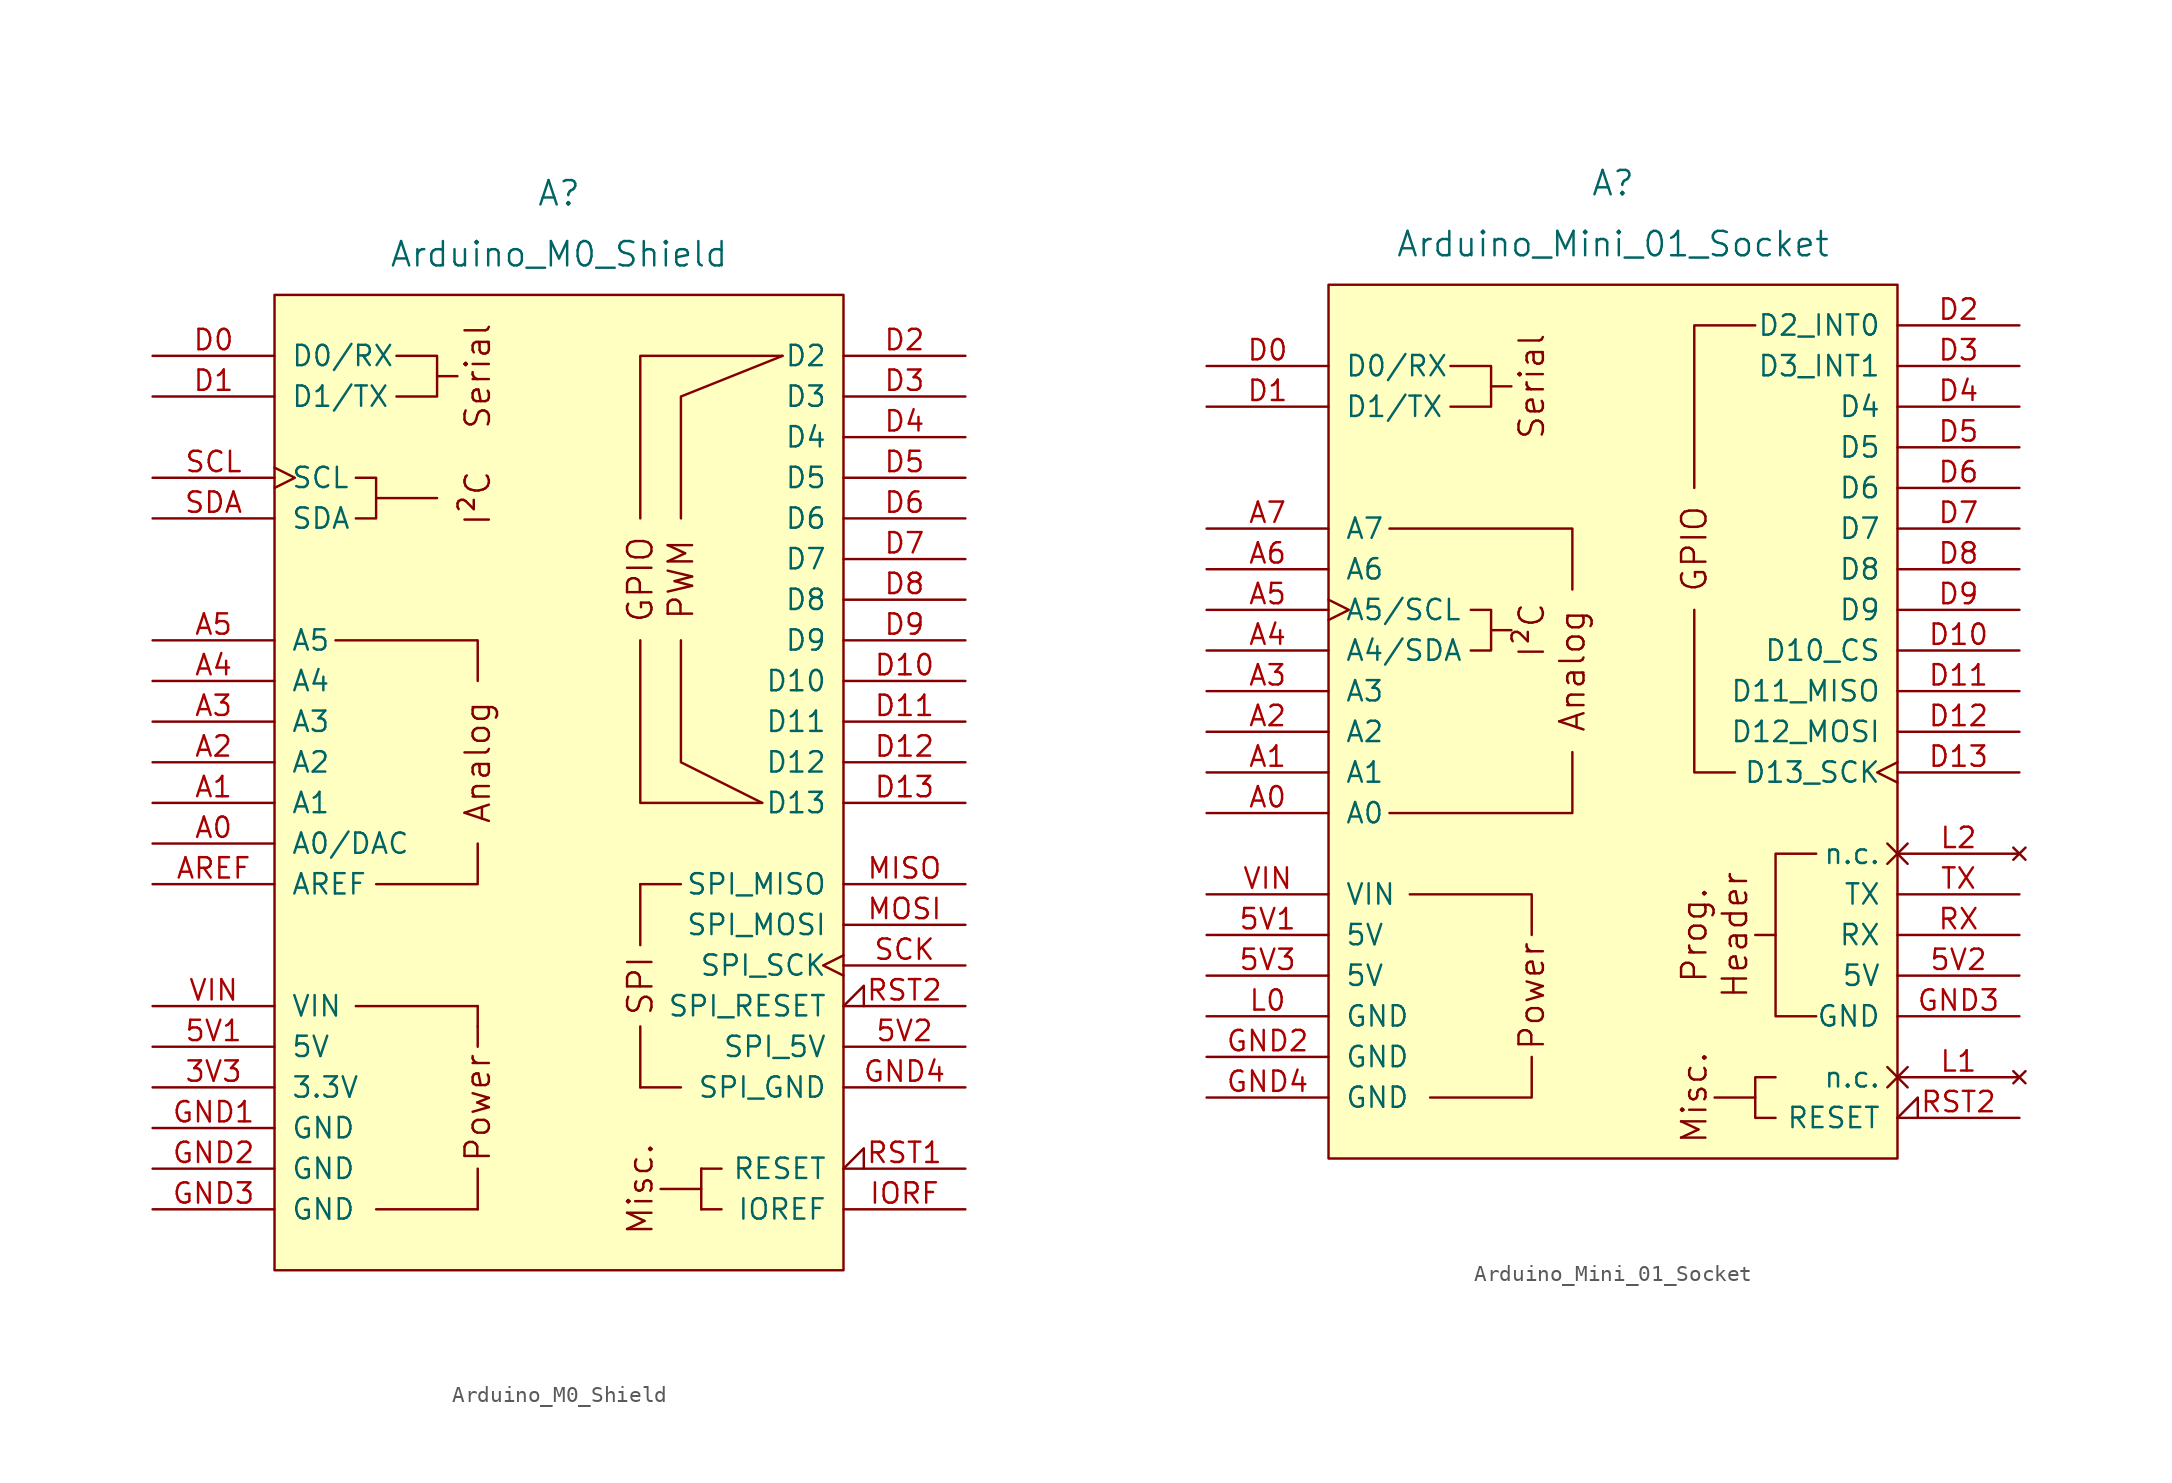
<source format=kicad_sym>
(kicad_symbol_lib
  (version 20241209)
  (generator "kicad_symbol_editor")
  (generator_version "9.0")
  (symbol "Arduino_M0_Shield"
    (pin_names
      (offset 1.016))
    (property "Reference" "A"
      (at 0 36.83 0)
      (effects (font (size 1.524 1.524))))
    (property "Value" "Arduino_M0_Shield"
      (at 0 33.02 0)
      (effects (font (size 1.524 1.524))))
    (symbol "Arduino_M0_Shield_0_0"
      (rectangle (start -17.78 30.48) (end 17.78 -30.48) (stroke (width 0) (type default)) (fill (type background)))
      (polyline (pts (xy -12.7 19.05) (xy -11.43 19.05) (xy -11.43 16.51) (xy -12.7 16.51)) (stroke (width 0) (type default)) (fill (type none)))
      (rectangle (start -12.7 -13.97) (end -5.08 -13.97) (stroke (width 0) (type default)) (fill (type none)))
      (polyline (pts (xy -11.43 17.78) (xy -7.62 17.78)) (stroke (width 0) (type default)) (fill (type none)))
      (rectangle (start -11.43 -26.67) (end -5.08 -26.67) (stroke (width 0) (type default)) (fill (type none)))
      (polyline (pts (xy -10.16 26.67) (xy -7.62 26.67) (xy -7.62 24.13) (xy -10.16 24.13)) (stroke (width 0) (type default)) (fill (type none)))
      (polyline (pts (xy -7.62 25.4) (xy -6.35 25.4)) (stroke (width 0) (type default)) (fill (type none)))
      (polyline (pts (xy -5.08 6.35) (xy -5.08 8.89) (xy -13.97 8.89)) (stroke (width 0) (type default)) (fill (type none)))
      (polyline (pts (xy -5.08 -3.81) (xy -5.08 -6.35) (xy -11.43 -6.35)) (stroke (width 0) (type default)) (fill (type none)))
      (polyline (pts (xy -5.08 -13.97) (xy -5.08 -15.24)) (stroke (width 0) (type default)) (fill (type none)))
      (polyline (pts (xy -5.08 -15.24) (xy -5.08 -16.51)) (stroke (width 0) (type default)) (fill (type none)))
      (polyline (pts (xy -5.08 -26.67) (xy -5.08 -24.13)) (stroke (width 0) (type default)) (fill (type none)))
      (polyline (pts (xy 5.08 16.51) (xy 5.08 26.67) (xy 13.97 26.67)) (stroke (width 0) (type default)) (fill (type none)))
      (polyline (pts (xy 5.08 8.89) (xy 5.08 -1.27) (xy 12.7 -1.27)) (stroke (width 0) (type default)) (fill (type none)))
      (rectangle (start 5.08 -10.16) (end 5.08 -6.35) (stroke (width 0) (type default)) (fill (type none)))
      (rectangle (start 5.08 -19.05) (end 5.08 -15.24) (stroke (width 0) (type default)) (fill (type none)))
      (rectangle (start 5.08 -19.05) (end 7.62 -19.05) (stroke (width 0) (type default)) (fill (type none)))
      (polyline (pts (xy 7.62 16.51) (xy 7.62 24.13) (xy 13.97 26.67)) (stroke (width 0) (type default)) (fill (type none)))
      (polyline (pts (xy 7.62 8.89) (xy 7.62 1.27) (xy 12.7 -1.27)) (stroke (width 0) (type default)) (fill (type none)))
      (rectangle (start 7.62 -6.35) (end 5.08 -6.35) (stroke (width 0) (type default)) (fill (type none)))
      (rectangle (start 8.89 -24.13) (end 8.89 -26.67) (stroke (width 0) (type default)) (fill (type none)))
      (rectangle (start 8.89 -25.4) (end 6.35 -25.4) (stroke (width 0) (type default)) (fill (type none)))
      (rectangle (start 10.16 -24.13) (end 8.89 -24.13) (stroke (width 0) (type default)) (fill (type none)))
      (rectangle (start 10.16 -26.67) (end 8.89 -26.67) (stroke (width 0) (type default)) (fill (type none)))
      (text "Serial" (at -5.08 25.4 900) (effects (font (size 1.524 1.524))))
      (text "I²C" (at -5.08 17.78 900) (effects (font (size 1.524 1.524))))
      (text "Analog" (at -5.08 1.27 900) (effects (font (size 1.524 1.524))))
      (text "Power" (at -5.08 -20.32 900) (effects (font (size 1.524 1.524))))
      (text "SPI" (at 5.08 -12.7 900) (effects (font (size 1.524 1.524))))
      (text "Misc." (at 5.08 -25.4 900) (effects (font (size 1.524 1.524))))
      (text "PWM" (at 7.62 12.7 900) (effects (font (size 1.524 1.524)))))
    (symbol "Arduino_M0_Shield_1_0"
      (text "GPIO" (at 5.08 12.7 900) (effects (font (size 1.524 1.524)))))
    (symbol "Arduino_M0_Shield_1_1"
      (pin bidirectional line (at -25.4 26.67 0) (length 7.62) (name "D0/RX" (effects (font (size 1.27 1.27)))) (number "D0" (effects (font (size 1.27 1.27)))))
      (pin bidirectional line (at -25.4 24.13 0) (length 7.62) (name "D1/TX" (effects (font (size 1.27 1.27)))) (number "D1" (effects (font (size 1.27 1.27)))))
      (pin bidirectional clock (at -25.4 19.05 0) (length 7.62) (name "SCL" (effects (font (size 1.27 1.27)))) (number "SCL" (effects (font (size 1.27 1.27)))))
      (pin bidirectional line (at -25.4 16.51 0) (length 7.62) (name "SDA" (effects (font (size 1.27 1.27)))) (number "SDA" (effects (font (size 1.27 1.27)))))
      (pin bidirectional line (at -25.4 8.89 0) (length 7.62) (name "A5" (effects (font (size 1.27 1.27)))) (number "A5" (effects (font (size 1.27 1.27)))))
      (pin bidirectional line (at -25.4 6.35 0) (length 7.62) (name "A4" (effects (font (size 1.27 1.27)))) (number "A4" (effects (font (size 1.27 1.27)))))
      (pin bidirectional line (at -25.4 3.81 0) (length 7.62) (name "A3" (effects (font (size 1.27 1.27)))) (number "A3" (effects (font (size 1.27 1.27)))))
      (pin bidirectional line (at -25.4 1.27 0) (length 7.62) (name "A2" (effects (font (size 1.27 1.27)))) (number "A2" (effects (font (size 1.27 1.27)))))
      (pin bidirectional line (at -25.4 -1.27 0) (length 7.62) (name "A1" (effects (font (size 1.27 1.27)))) (number "A1" (effects (font (size 1.27 1.27)))))
      (pin bidirectional line (at -25.4 -3.81 0) (length 7.62) (name "A0/DAC" (effects (font (size 1.27 1.27)))) (number "A0" (effects (font (size 1.27 1.27)))))
      (pin input line (at -25.4 -6.35 0) (length 7.62) (name "AREF" (effects (font (size 1.27 1.27)))) (number "AREF" (effects (font (size 1.27 1.27)))))
      (pin power_in line (at -25.4 -13.97 0) (length 7.62) (name "VIN" (effects (font (size 1.27 1.27)))) (number "VIN" (effects (font (size 1.27 1.27)))))
      (pin power_in line (at -25.4 -16.51 0) (length 7.62) (name "5V" (effects (font (size 1.27 1.27)))) (number "5V1" (effects (font (size 1.27 1.27)))))
      (pin power_in line (at -25.4 -19.05 0) (length 7.62) (name "3.3V" (effects (font (size 1.27 1.27)))) (number "3V3" (effects (font (size 1.27 1.27)))))
      (pin power_in line (at -25.4 -21.59 0) (length 7.62) (name "GND" (effects (font (size 1.27 1.27)))) (number "GND1" (effects (font (size 1.27 1.27)))))
      (pin power_in line (at -25.4 -24.13 0) (length 7.62) (name "GND" (effects (font (size 1.27 1.27)))) (number "GND2" (effects (font (size 1.27 1.27)))))
      (pin power_in line (at -25.4 -26.67 0) (length 7.62) (name "GND" (effects (font (size 1.27 1.27)))) (number "GND3" (effects (font (size 1.27 1.27)))))
      (pin bidirectional line (at 25.4 26.67 180) (length 7.62) (name "D2" (effects (font (size 1.27 1.27)))) (number "D2" (effects (font (size 1.27 1.27)))))
      (pin bidirectional line (at 25.4 24.13 180) (length 7.62) (name "D3" (effects (font (size 1.27 1.27)))) (number "D3" (effects (font (size 1.27 1.27)))))
      (pin bidirectional line (at 25.4 21.59 180) (length 7.62) (name "D4" (effects (font (size 1.27 1.27)))) (number "D4" (effects (font (size 1.27 1.27)))))
      (pin bidirectional line (at 25.4 19.05 180) (length 7.62) (name "D5" (effects (font (size 1.27 1.27)))) (number "D5" (effects (font (size 1.27 1.27)))))
      (pin bidirectional line (at 25.4 16.51 180) (length 7.62) (name "D6" (effects (font (size 1.27 1.27)))) (number "D6" (effects (font (size 1.27 1.27)))))
      (pin bidirectional line (at 25.4 13.97 180) (length 7.62) (name "D7" (effects (font (size 1.27 1.27)))) (number "D7" (effects (font (size 1.27 1.27)))))
      (pin bidirectional line (at 25.4 11.43 180) (length 7.62) (name "D8" (effects (font (size 1.27 1.27)))) (number "D8" (effects (font (size 1.27 1.27)))))
      (pin bidirectional line (at 25.4 8.89 180) (length 7.62) (name "D9" (effects (font (size 1.27 1.27)))) (number "D9" (effects (font (size 1.27 1.27)))))
      (pin bidirectional line (at 25.4 6.35 180) (length 7.62) (name "D10" (effects (font (size 1.27 1.27)))) (number "D10" (effects (font (size 1.27 1.27)))))
      (pin bidirectional line (at 25.4 3.81 180) (length 7.62) (name "D11" (effects (font (size 1.27 1.27)))) (number "D11" (effects (font (size 1.27 1.27)))))
      (pin bidirectional line (at 25.4 1.27 180) (length 7.62) (name "D12" (effects (font (size 1.27 1.27)))) (number "D12" (effects (font (size 1.27 1.27)))))
      (pin bidirectional line (at 25.4 -1.27 180) (length 7.62) (name "D13" (effects (font (size 1.27 1.27)))) (number "D13" (effects (font (size 1.27 1.27)))))
      (pin input line (at 25.4 -6.35 180) (length 7.62) (name "SPI_MISO" (effects (font (size 1.27 1.27)))) (number "MISO" (effects (font (size 1.27 1.27)))))
      (pin output line (at 25.4 -8.89 180) (length 7.62) (name "SPI_MOSI" (effects (font (size 1.27 1.27)))) (number "MOSI" (effects (font (size 1.27 1.27)))))
      (pin output clock (at 25.4 -11.43 180) (length 7.62) (name "SPI_SCK" (effects (font (size 1.27 1.27)))) (number "SCK" (effects (font (size 1.27 1.27)))))
      (pin open_collector input_low (at 25.4 -13.97 180) (length 7.62) (name "SPI_RESET" (effects (font (size 1.27 1.27)))) (number "RST2" (effects (font (size 1.27 1.27)))))
      (pin power_in line (at 25.4 -16.51 180) (length 7.62) (name "SPI_5V" (effects (font (size 1.27 1.27)))) (number "5V2" (effects (font (size 1.27 1.27)))))
      (pin power_in line (at 25.4 -19.05 180) (length 7.62) (name "SPI_GND" (effects (font (size 1.27 1.27)))) (number "GND4" (effects (font (size 1.27 1.27)))))
      (pin open_collector input_low (at 25.4 -24.13 180) (length 7.62) (name "RESET" (effects (font (size 1.27 1.27)))) (number "RST1" (effects (font (size 1.27 1.27)))))
      (pin output line (at 25.4 -26.67 180) (length 7.62) (name "IOREF" (effects (font (size 1.27 1.27)))) (number "IORF" (effects (font (size 1.27 1.27)))))))
  (symbol "Arduino_Mini_01_Socket"
    (pin_names
      (offset 1.016))
    (property "Reference" "A"
      (at 0 34.29 0)
      (effects (font (size 1.524 1.524))))
    (property "Value" "Arduino_Mini_01_Socket"
      (at 0 30.48 0)
      (effects (font (size 1.524 1.524))))
    (symbol "Arduino_Mini_01_Socket_0_0"
      (rectangle (start -17.78 27.94) (end 17.78 -26.67) (stroke (width 0) (type default)) (fill (type background)))
      (polyline (pts (xy -11.43 -22.86) (xy -5.08 -22.86) (xy -5.08 -20.32)) (stroke (width 0) (type default)) (fill (type none)))
      (polyline (pts (xy -10.16 22.86) (xy -7.62 22.86) (xy -7.62 20.32) (xy -10.16 20.32)) (stroke (width 0) (type default)) (fill (type none)))
      (polyline (pts (xy -8.89 7.62) (xy -7.62 7.62) (xy -7.62 5.08) (xy -8.89 5.08)) (stroke (width 0) (type default)) (fill (type none)))
      (polyline (pts (xy -7.62 21.59) (xy -6.35 21.59)) (stroke (width 0) (type default)) (fill (type none)))
      (polyline (pts (xy -7.62 6.35) (xy -6.35 6.35)) (stroke (width 0) (type default)) (fill (type none)))
      (polyline (pts (xy -5.08 -12.7) (xy -5.08 -10.16) (xy -12.7 -10.16)) (stroke (width 0) (type default)) (fill (type none)))
      (polyline (pts (xy -2.54 8.89) (xy -2.54 12.7) (xy -13.97 12.7)) (stroke (width 0) (type default)) (fill (type none)))
      (polyline (pts (xy -2.54 -1.27) (xy -2.54 -5.08) (xy -13.97 -5.08)) (stroke (width 0) (type default)) (fill (type none)))
      (polyline (pts (xy 8.89 -22.86) (xy 6.35 -22.86)) (stroke (width 0) (type default)) (fill (type none)))
      (polyline (pts (xy 10.16 -12.7) (xy 10.16 -17.78) (xy 12.7 -17.78)) (stroke (width 0) (type default)) (fill (type none)))
      (polyline (pts (xy 12.7 -7.62) (xy 10.16 -7.62) (xy 10.16 -12.7) (xy 8.89 -12.7)) (stroke (width 0) (type default)) (fill (type none)))
      (text "Serial" (at -5.08 21.59 900) (effects (font (size 1.524 1.524))))
      (text "I²C" (at -5.08 6.35 900) (effects (font (size 1.524 1.524))))
      (text "Power" (at -5.08 -16.51 900) (effects (font (size 1.524 1.524))))
      (text "Analog" (at -2.54 3.81 900) (effects (font (size 1.524 1.524))))
      (text "Prog." (at 5.08 -12.7 900) (effects (font (size 1.524 1.524))))
      (text "Misc." (at 5.08 -22.86 900) (effects (font (size 1.524 1.524))))
      (text "Header" (at 7.62 -12.7 900) (effects (font (size 1.524 1.524)))))
    (symbol "Arduino_Mini_01_Socket_0_1"
      (polyline (pts (xy 7.62 -2.54) (xy 5.08 -2.54) (xy 5.08 7.62)) (stroke (width 0) (type default)) (fill (type none)))
      (polyline (pts (xy 8.89 25.4) (xy 5.08 25.4) (xy 5.08 15.24)) (stroke (width 0) (type default)) (fill (type none)))
      (polyline (pts (xy 10.16 -21.59) (xy 8.89 -21.59) (xy 8.89 -24.13) (xy 10.16 -24.13)) (stroke (width 0) (type default)) (fill (type none))))
    (symbol "Arduino_Mini_01_Socket_1_0"
      (text "GPIO" (at 5.08 11.43 900) (effects (font (size 1.524 1.524)))))
    (symbol "Arduino_Mini_01_Socket_1_1"
      (pin bidirectional line (at -25.4 22.86 0) (length 7.62) (name "D0/RX" (effects (font (size 1.27 1.27)))) (number "D0" (effects (font (size 1.27 1.27)))))
      (pin bidirectional line (at -25.4 20.32 0) (length 7.62) (name "D1/TX" (effects (font (size 1.27 1.27)))) (number "D1" (effects (font (size 1.27 1.27)))))
      (pin input line (at -25.4 12.7 0) (length 7.62) (name "A7" (effects (font (size 1.27 1.27)))) (number "A7" (effects (font (size 1.27 1.27)))))
      (pin input line (at -25.4 10.16 0) (length 7.62) (name "A6" (effects (font (size 1.27 1.27)))) (number "A6" (effects (font (size 1.27 1.27)))))
      (pin bidirectional clock (at -25.4 7.62 0) (length 7.62) (name "A5/SCL" (effects (font (size 1.27 1.27)))) (number "A5" (effects (font (size 1.27 1.27)))))
      (pin bidirectional line (at -25.4 5.08 0) (length 7.62) (name "A4/SDA" (effects (font (size 1.27 1.27)))) (number "A4" (effects (font (size 1.27 1.27)))))
      (pin bidirectional line (at -25.4 2.54 0) (length 7.62) (name "A3" (effects (font (size 1.27 1.27)))) (number "A3" (effects (font (size 1.27 1.27)))))
      (pin bidirectional line (at -25.4 0 0) (length 7.62) (name "A2" (effects (font (size 1.27 1.27)))) (number "A2" (effects (font (size 1.27 1.27)))))
      (pin bidirectional line (at -25.4 -2.54 0) (length 7.62) (name "A1" (effects (font (size 1.27 1.27)))) (number "A1" (effects (font (size 1.27 1.27)))))
      (pin bidirectional line (at -25.4 -5.08 0) (length 7.62) (name "A0" (effects (font (size 1.27 1.27)))) (number "A0" (effects (font (size 1.27 1.27)))))
      (pin power_in line (at -25.4 -10.16 0) (length 7.62) (name "VIN" (effects (font (size 1.27 1.27)))) (number "VIN" (effects (font (size 1.27 1.27)))))
      (pin power_in line (at -25.4 -12.7 0) (length 7.62) (name "5V" (effects (font (size 1.27 1.27)))) (number "5V1" (effects (font (size 1.27 1.27)))))
      (pin power_in line (at -25.4 -15.24 0) (length 7.62) (name "5V" (effects (font (size 1.27 1.27)))) (number "5V3" (effects (font (size 1.27 1.27)))))
      (pin power_in line (at -25.4 -17.78 0) (length 7.62) (name "GND" (effects (font (size 1.27 1.27)))) (number "L0" (effects (font (size 1.27 1.27)))))
      (pin power_in line (at -25.4 -20.32 0) (length 7.62) (name "GND" (effects (font (size 1.27 1.27)))) (number "GND2" (effects (font (size 1.27 1.27)))))
      (pin power_in line (at -25.4 -22.86 0) (length 7.62) (name "GND" (effects (font (size 1.27 1.27)))) (number "GND4" (effects (font (size 1.27 1.27)))))
      (pin bidirectional line (at 25.4 25.4 180) (length 7.62) (name "D2_INT0" (effects (font (size 1.27 1.27)))) (number "D2" (effects (font (size 1.27 1.27)))))
      (pin bidirectional line (at 25.4 22.86 180) (length 7.62) (name "D3_INT1" (effects (font (size 1.27 1.27)))) (number "D3" (effects (font (size 1.27 1.27)))))
      (pin bidirectional line (at 25.4 20.32 180) (length 7.62) (name "D4" (effects (font (size 1.27 1.27)))) (number "D4" (effects (font (size 1.27 1.27)))))
      (pin bidirectional line (at 25.4 17.78 180) (length 7.62) (name "D5" (effects (font (size 1.27 1.27)))) (number "D5" (effects (font (size 1.27 1.27)))))
      (pin bidirectional line (at 25.4 15.24 180) (length 7.62) (name "D6" (effects (font (size 1.27 1.27)))) (number "D6" (effects (font (size 1.27 1.27)))))
      (pin bidirectional line (at 25.4 12.7 180) (length 7.62) (name "D7" (effects (font (size 1.27 1.27)))) (number "D7" (effects (font (size 1.27 1.27)))))
      (pin bidirectional line (at 25.4 10.16 180) (length 7.62) (name "D8" (effects (font (size 1.27 1.27)))) (number "D8" (effects (font (size 1.27 1.27)))))
      (pin bidirectional line (at 25.4 7.62 180) (length 7.62) (name "D9" (effects (font (size 1.27 1.27)))) (number "D9" (effects (font (size 1.27 1.27)))))
      (pin bidirectional line (at 25.4 5.08 180) (length 7.62) (name "D10_CS" (effects (font (size 1.27 1.27)))) (number "D10" (effects (font (size 1.27 1.27)))))
      (pin bidirectional line (at 25.4 2.54 180) (length 7.62) (name "D11_MISO" (effects (font (size 1.27 1.27)))) (number "D11" (effects (font (size 1.27 1.27)))))
      (pin bidirectional line (at 25.4 0 180) (length 7.62) (name "D12_MOSI" (effects (font (size 1.27 1.27)))) (number "D12" (effects (font (size 1.27 1.27)))))
      (pin bidirectional clock (at 25.4 -2.54 180) (length 7.62) (name "D13_SCK" (effects (font (size 1.27 1.27)))) (number "D13" (effects (font (size 1.27 1.27)))))
      (pin no_connect non_logic (at 25.4 -7.62 180) (length 7.62) (name "n.c." (effects (font (size 1.27 1.27)))) (number "L2" (effects (font (size 1.27 1.27)))))
      (pin bidirectional line (at 25.4 -10.16 180) (length 7.62) (name "TX" (effects (font (size 1.27 1.27)))) (number "TX" (effects (font (size 1.27 1.27)))))
      (pin bidirectional line (at 25.4 -12.7 180) (length 7.62) (name "RX" (effects (font (size 1.27 1.27)))) (number "RX" (effects (font (size 1.27 1.27)))))
      (pin power_in line (at 25.4 -15.24 180) (length 7.62) (name "5V" (effects (font (size 1.27 1.27)))) (number "5V2" (effects (font (size 1.27 1.27)))))
      (pin power_in line (at 25.4 -17.78 180) (length 7.62) (name "GND" (effects (font (size 1.27 1.27)))) (number "GND3" (effects (font (size 1.27 1.27)))))
      (pin no_connect non_logic (at 25.4 -21.59 180) (length 7.62) (name "n.c." (effects (font (size 1.27 1.27)))) (number "L1" (effects (font (size 1.27 1.27)))))
      (pin open_collector input_low (at 25.4 -24.13 180) (length 7.62) (name "RESET" (effects (font (size 1.27 1.27)))) (number "RST2" (effects (font (size 1.27 1.27))))))))
</source>
